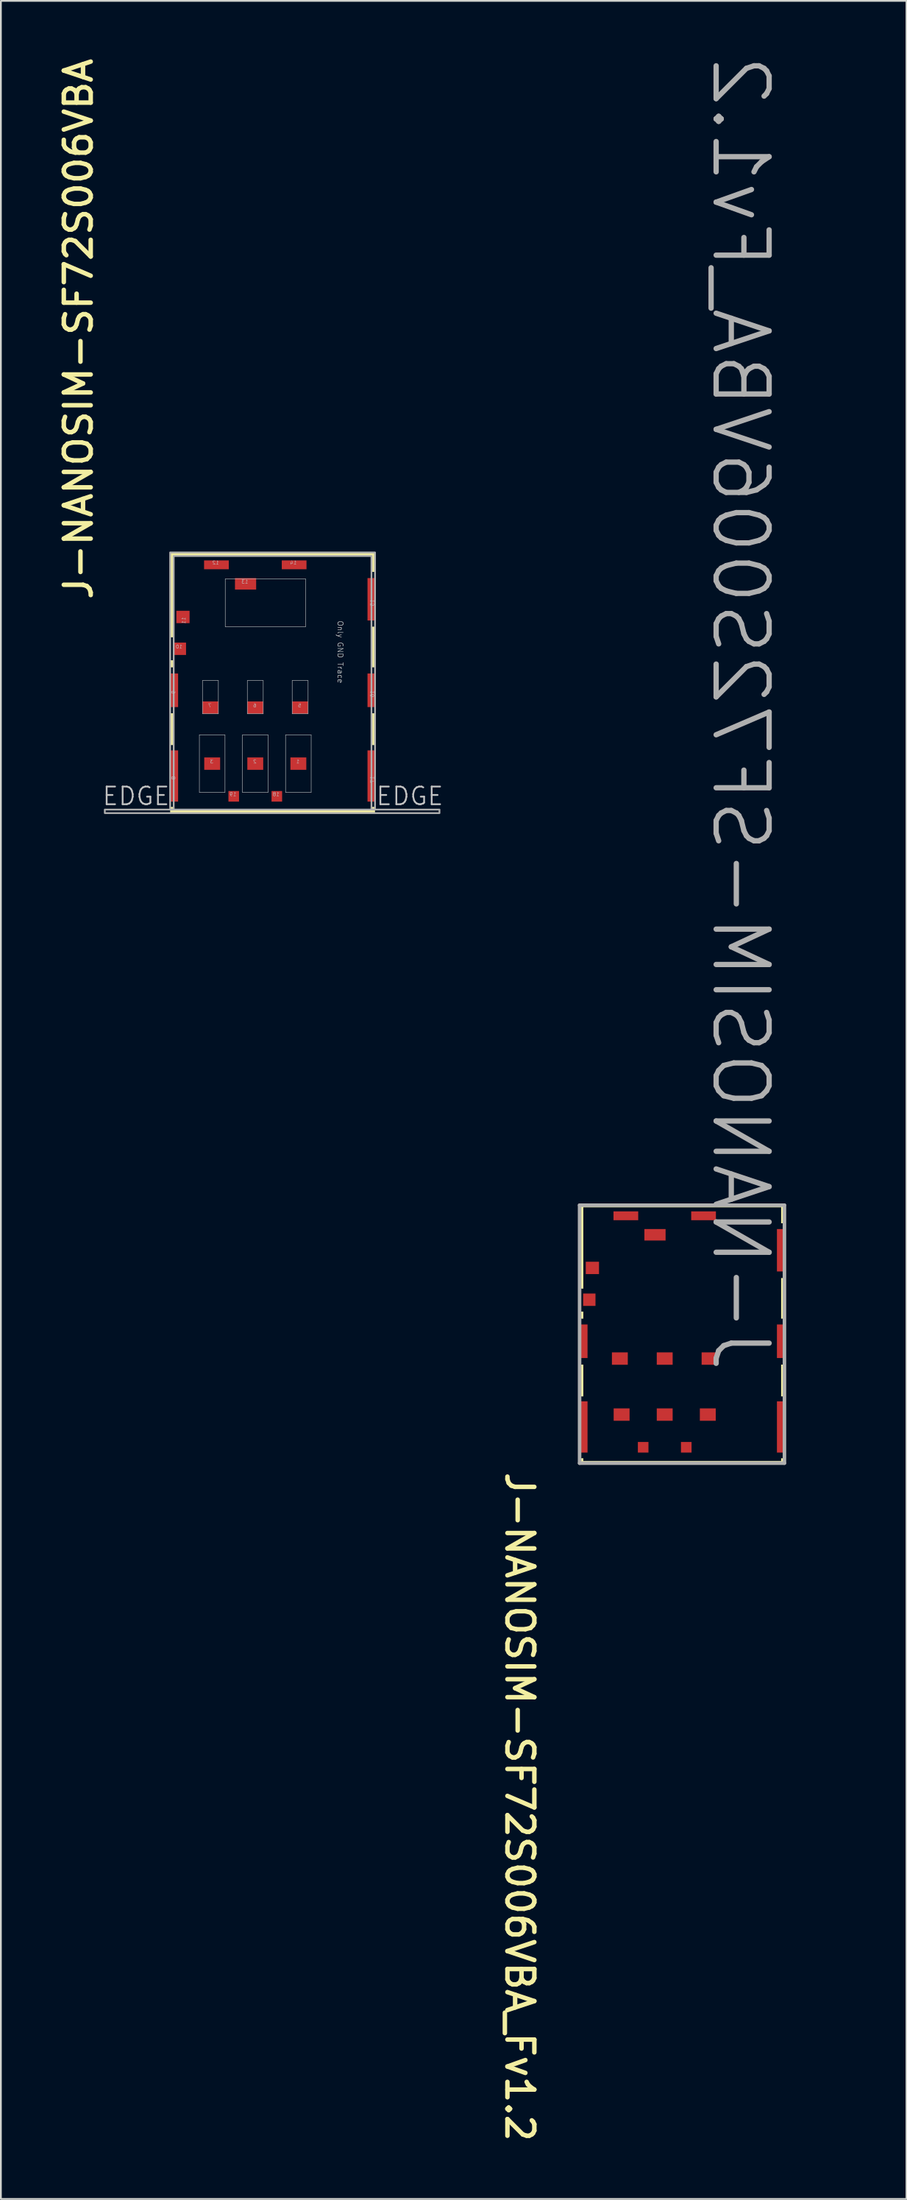
<source format=kicad_pcb>
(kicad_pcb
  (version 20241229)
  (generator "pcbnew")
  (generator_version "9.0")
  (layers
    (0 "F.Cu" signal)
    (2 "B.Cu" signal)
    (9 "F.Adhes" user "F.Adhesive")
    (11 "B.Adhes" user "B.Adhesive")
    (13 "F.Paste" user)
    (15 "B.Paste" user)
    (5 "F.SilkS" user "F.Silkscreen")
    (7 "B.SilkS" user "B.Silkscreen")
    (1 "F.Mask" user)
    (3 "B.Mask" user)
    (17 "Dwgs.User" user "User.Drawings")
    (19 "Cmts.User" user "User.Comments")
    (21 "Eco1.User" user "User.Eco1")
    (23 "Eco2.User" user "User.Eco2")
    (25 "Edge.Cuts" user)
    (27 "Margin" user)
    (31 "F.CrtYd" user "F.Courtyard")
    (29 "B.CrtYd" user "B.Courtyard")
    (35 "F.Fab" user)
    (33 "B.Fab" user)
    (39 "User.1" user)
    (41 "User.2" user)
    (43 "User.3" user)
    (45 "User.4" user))
  (footprint "J-NANOSIM-SF72S006VBA"
    (layer "F.Cu")
    (at 12.385 36.115)
    (property "Reference" "J-NANOSIM-SF72S006VBA" (at -10.099 -5.106 90) (unlocked yes) (layer "F.SilkS") (effects (font (size 1.524 1.524) (thickness 0.254)) (justify left bottom)))
    (fp_poly (pts (xy -5.8 -1.8) (xy -5.8 -1.4) (xy -5.6 -1.4) (xy -5.6 -1.8)) (stroke (width 0) (type default)) (fill yes) (layer "F.SilkS"))
    (fp_poly (pts (xy -5.8 3) (xy -5.8 1.2) (xy -5.6 1.2) (xy -5.6 3)) (stroke (width 0) (type default)) (fill yes) (layer "F.SilkS"))
    (fp_poly (pts (xy 5.6 -1.4) (xy 5.6 -3.7) (xy 5.8 -3.7) (xy 5.8 -1.4)) (stroke (width 0) (type default)) (fill yes) (layer "F.SilkS"))
    (fp_poly (pts (xy 5.6 3) (xy 5.6 1.2) (xy 5.8 1.2) (xy 5.8 3)) (stroke (width 0) (type default)) (fill yes) (layer "F.SilkS"))
    (fp_poly (pts (xy -5.8 -3.1) (xy -5.8 -7.9) (xy 5.8 -7.9) (xy 5.8 -6.8) (xy 5.6 -6.8) (xy 5.6 -7.7) (xy -5.6 -7.7) (xy -5.6 -3.1)) (stroke (width 0) (type default)) (fill yes) (layer "F.SilkS"))
    (fp_poly (pts (xy -5.8 6.85) (xy -5.8 6.5) (xy -5.6 6.5) (xy -5.6 6.65) (xy 5.6 6.65) (xy 5.6 6.5) (xy 5.8 6.5) (xy 5.8 6.85)) (stroke (width 0) (type default)) (fill yes) (layer "F.SilkS"))
    (fp_line (start -4.145 2.425) (end -4.145 5.675) (stroke (width 0.025) (type solid)) (layer "Dwgs.User"))
    (fp_line (start -3.97 -0.65) (end -3.97 1.23) (stroke (width 0.025) (type solid)) (layer "Dwgs.User"))
    (fp_line (start -3.07 -0.65) (end -3.97 -0.65) (stroke (width 0.025) (type solid)) (layer "Dwgs.User"))
    (fp_line (start -3.07 -0.65) (end -3.07 1.23) (stroke (width 0.025) (type solid)) (layer "Dwgs.User"))
    (fp_line (start -3.07 1.23) (end -3.97 1.23) (stroke (width 0.025) (type solid)) (layer "Dwgs.User"))
    (fp_line (start -2.695 2.425) (end -4.145 2.425) (stroke (width 0.025) (type solid)) (layer "Dwgs.User"))
    (fp_line (start -2.695 2.425) (end -2.695 5.675) (stroke (width 0.025) (type solid)) (layer "Dwgs.User"))
    (fp_line (start -2.695 5.675) (end -4.145 5.675) (stroke (width 0.025) (type solid)) (layer "Dwgs.User"))
    (fp_line (start -2.68 -6.4) (end -2.68 -3.7) (stroke (width 0.025) (type solid)) (layer "Dwgs.User"))
    (fp_line (start -1.705 2.425) (end -1.705 5.675) (stroke (width 0.025) (type solid)) (layer "Dwgs.User"))
    (fp_line (start -1.43 -0.65) (end -1.43 1.23) (stroke (width 0.025) (type solid)) (layer "Dwgs.User"))
    (fp_line (start -0.53 -0.65) (end -1.43 -0.65) (stroke (width 0.025) (type solid)) (layer "Dwgs.User"))
    (fp_line (start -0.53 -0.65) (end -0.53 1.23) (stroke (width 0.025) (type solid)) (layer "Dwgs.User"))
    (fp_line (start -0.53 1.23) (end -1.43 1.23) (stroke (width 0.025) (type solid)) (layer "Dwgs.User"))
    (fp_line (start -0.255 2.425) (end -1.705 2.425) (stroke (width 0.025) (type solid)) (layer "Dwgs.User"))
    (fp_line (start -0.255 2.425) (end -0.255 5.675) (stroke (width 0.025) (type solid)) (layer "Dwgs.User"))
    (fp_line (start -0.255 5.675) (end -1.705 5.675) (stroke (width 0.025) (type solid)) (layer "Dwgs.User"))
    (fp_line (start 0.735 2.425) (end 0.735 5.675) (stroke (width 0.025) (type solid)) (layer "Dwgs.User"))
    (fp_line (start 1.11 -0.65) (end 1.11 1.23) (stroke (width 0.025) (type solid)) (layer "Dwgs.User"))
    (fp_line (start 1.87 -6.4) (end -2.68 -6.4) (stroke (width 0.025) (type solid)) (layer "Dwgs.User"))
    (fp_line (start 1.87 -6.4) (end 1.87 -3.7) (stroke (width 0.025) (type solid)) (layer "Dwgs.User"))
    (fp_line (start 1.87 -3.7) (end -2.68 -3.7) (stroke (width 0.025) (type solid)) (layer "Dwgs.User"))
    (fp_line (start 2.01 -0.65) (end 1.11 -0.65) (stroke (width 0.025) (type solid)) (layer "Dwgs.User"))
    (fp_line (start 2.01 -0.65) (end 2.01 1.23) (stroke (width 0.025) (type solid)) (layer "Dwgs.User"))
    (fp_line (start 2.01 1.23) (end 1.11 1.23) (stroke (width 0.025) (type solid)) (layer "Dwgs.User"))
    (fp_line (start 2.185 2.425) (end 0.735 2.425) (stroke (width 0.025) (type solid)) (layer "Dwgs.User"))
    (fp_line (start 2.185 2.425) (end 2.185 5.675) (stroke (width 0.025) (type solid)) (layer "Dwgs.User"))
    (fp_line (start 2.185 5.675) (end 0.735 5.675) (stroke (width 0.025) (type solid)) (layer "Dwgs.User"))
    (fp_poly (pts (xy -9.5 6.65) (xy 9.45 6.65) (xy 9.45 6.85) (xy -9.5 6.85)) (stroke (width 0.1) (type solid)) (fill no) (layer "F.Fab"))
    (fp_poly (pts (xy -5.8 -7.9) (xy -5.8 6.65) (xy -5.6 6.65) (xy -5.6 -7.7) (xy 5.6 -7.7) (xy 5.6 6.65) (xy 5.8 6.65) (xy 5.8 -7.9)) (stroke (width 0.1) (type solid)) (fill no) (layer "F.Fab"))
    (fp_poly (pts (xy 5.8 -7.9) (xy 5.8 7.9) (xy -5.8 7.9) (xy -5.8 -7.9)) (stroke (width 0.1) (type default)) (fill no) (layer "User.8"))
    (fp_text user "6" (at -0.9 0.88 0) (unlocked yes) (layer "Dwgs.User") (effects (font (size 0.2 0.2) (thickness 0.02)) (justify left bottom mirror)))
    (fp_text user "12" (at -3.02 -7.2 0) (unlocked yes) (layer "Dwgs.User") (effects (font (size 0.2 0.2) (thickness 0.02)) (justify left bottom mirror)))
    (fp_text user "8" (at -5.495 4.75 90) (unlocked yes) (layer "Dwgs.User") (effects (font (size 0.2 0.2) (thickness 0.02)) (justify left bottom mirror)))
    (fp_text user "3" (at -3.34 4.05 0) (unlocked yes) (layer "Dwgs.User") (effects (font (size 0.2 0.2) (thickness 0.02)) (justify left bottom mirror)))
    (fp_text user "7" (at -3.44 0.88 0) (unlocked yes) (layer "Dwgs.User") (effects (font (size 0.2 0.2) (thickness 0.02)) (justify left bottom mirror)))
    (fp_text user "15" (at 5.76 -5.25 90) (unlocked yes) (layer "Dwgs.User") (effects (font (size 0.2 0.2) (thickness 0.02)) (justify left bottom mirror)))
    (fp_text user "14" (at 1.38 -7.2 0) (unlocked yes) (layer "Dwgs.User") (effects (font (size 0.2 0.2) (thickness 0.02)) (justify left bottom mirror)))
    (fp_text user "16" (at 5.76 -0.1 90) (unlocked yes) (layer "Dwgs.User") (effects (font (size 0.2 0.2) (thickness 0.02)) (justify left bottom mirror)))
    (fp_text user "11" (at -4.915 -4.25 90) (unlocked yes) (layer "Dwgs.User") (effects (font (size 0.2 0.2) (thickness 0.02)) (justify left bottom mirror)))
    (fp_text user "9" (at -5.495 -0.1 90) (unlocked yes) (layer "Dwgs.User") (effects (font (size 0.2 0.2) (thickness 0.02)) (justify left bottom mirror)))
    (fp_text user "5" (at 1.64 0.88 0) (unlocked yes) (layer "Dwgs.User") (effects (font (size 0.2 0.2) (thickness 0.02)) (justify left bottom mirror)))
    (fp_text user "13" (at -1.37 -6.125 0) (unlocked yes) (layer "Dwgs.User") (effects (font (size 0.2 0.2) (thickness 0.02)) (justify left bottom mirror)))
    (fp_text user "1" (at 1.54 4.05 0) (unlocked yes) (layer "Dwgs.User") (effects (font (size 0.2 0.2) (thickness 0.02)) (justify left bottom mirror)))
    (fp_text user "17" (at 5.76 4.75 90) (unlocked yes) (layer "Dwgs.User") (effects (font (size 0.2 0.2) (thickness 0.02)) (justify left bottom mirror)))
    (fp_text user "EDGE" (at -9.7 6.475 0) (unlocked yes) (layer "Dwgs.User") (effects (font (size 1 1) (thickness 0.1)) (justify left bottom)))
    (fp_text user "19" (at -2.04 5.9 0) (unlocked yes) (layer "Dwgs.User") (effects (font (size 0.2 0.2) (thickness 0.02)) (justify left bottom mirror)))
    (fp_text user "10" (at -5.09 -2.45 0) (unlocked yes) (layer "Dwgs.User") (effects (font (size 0.2 0.2) (thickness 0.02)) (justify left bottom mirror)))
    (fp_text user "EDGE" (at 5.8 6.475 0) (unlocked yes) (layer "Dwgs.User") (effects (font (size 1 1) (thickness 0.1)) (justify left bottom)))
    (fp_text user "18" (at 0.4 5.9 0) (unlocked yes) (layer "Dwgs.User") (effects (font (size 0.2 0.2) (thickness 0.02)) (justify left bottom mirror)))
    (fp_text user "2" (at -0.9 4.05 0) (unlocked yes) (layer "Dwgs.User") (effects (font (size 0.2 0.2) (thickness 0.02)) (justify left bottom mirror)))
    (fp_text user "Only GND Trace" (at 3.657 -4.057 270) (unlocked yes) (layer "Dwgs.User") (effects (font (size 0.3 0.3) (thickness 0.03)) (justify left bottom)))
    (pad "C1" smd rect (at 1.46 4.05 180) (size 0.9 0.7) (layers "F.Cu" "F.Mask" "F.Paste"))
    (pad "C2" smd rect (at -0.98 4.05 180) (size 0.9 0.7) (layers "F.Cu" "F.Mask" "F.Paste"))
    (pad "C3" smd rect (at -3.42 4.05 180) (size 0.9 0.7) (layers "F.Cu" "F.Mask" "F.Paste"))
    (pad "C5" smd rect (at 1.56 0.88 180) (size 0.9 0.7) (layers "F.Cu" "F.Mask" "F.Paste"))
    (pad "C6" smd rect (at -0.98 0.88 180) (size 0.9 0.7) (layers "F.Cu" "F.Mask" "F.Paste"))
    (pad "C7" smd rect (at -3.52 0.88 180) (size 0.9 0.7) (layers "F.Cu" "F.Mask" "F.Paste"))
    (pad "CSW" smd rect (at -5.25 -2.45 180) (size 0.7 0.7) (layers "F.Cu" "F.Mask" "F.Paste"))
    (pad "DSW" smd rect (at -1.53 -6.125 180) (size 1.2 0.65) (layers "F.Cu" "F.Mask" "F.Paste"))
    (pad "SH" smd rect (at -5.575 -0.1 180) (size 0.45 1.9) (layers "F.Cu" "F.Mask" "F.Paste"))
    (pad "SH" smd rect (at -5.575 4.75 180) (size 0.45 2.9) (layers "F.Cu" "F.Mask" "F.Paste"))
    (pad "SH" smd rect (at -5.075 -4.25 180) (size 0.75 0.7) (layers "F.Cu" "F.Mask" "F.Paste"))
    (pad "SH" smd rect (at -3.18 -7.2 180) (size 1.4 0.5) (layers "F.Cu" "F.Mask" "F.Paste"))
    (pad "SH" smd rect (at -2.2 5.9 180) (size 0.6 0.6) (layers "F.Cu" "F.Mask" "F.Paste"))
    (pad "SH" smd rect (at 0.24 5.9 180) (size 0.6 0.6) (layers "F.Cu" "F.Mask" "F.Paste"))
    (pad "SH" smd rect (at 1.22 -7.2 180) (size 1.4 0.5) (layers "F.Cu" "F.Mask" "F.Paste"))
    (pad "SH" smd rect (at 5.6 -5.25 180) (size 0.45 2.4) (layers "F.Cu" "F.Mask" "F.Paste"))
    (pad "SH" smd rect (at 5.6 -0.1 180) (size 0.45 1.9) (layers "F.Cu" "F.Mask" "F.Paste"))
    (pad "SH" smd rect (at 5.6 4.75 180) (size 0.45 2.9) (layers "F.Cu" "F.Mask" "F.Paste"))
    (zone (net_name "") (layer "Eco1.User") (hatch edge 0.5) (connect_pads) (min_thickness 0.25) (filled_areas_thickness no) (keepout (tracks not_allowed) (vias not_allowed) (pads not_allowed) (copperpour not_allowed) (footprints allowed)) (placement (enabled no)) (fill) (polygon (pts (xy 17.985 42.765) (xy 6.785 42.765) (xy 6.785 28.415) (xy 17.985 28.415)))))
  (footprint "J-NANOSIM-SF72S006VBA_Fv1.2"
    (layer "F.Cu")
    (at 35.569 72.954)
    (property "Reference" "J-NANOSIM-SF72S006VBA_Fv1.2" (at -10.086 7.175 270) (unlocked yes) (layer "F.SilkS") (effects (font (size 1.524 1.524) (thickness 0.254)) (justify left bottom)))
    (fp_poly (pts (xy -5.788 -1.778) (xy -5.788 -1.378) (xy -5.588 -1.378) (xy -5.588 -1.778)) (stroke (width 0) (type default)) (fill yes) (layer "F.SilkS"))
    (fp_poly (pts (xy -5.788 3.022) (xy -5.788 1.222) (xy -5.588 1.222) (xy -5.588 3.022)) (stroke (width 0) (type default)) (fill yes) (layer "F.SilkS"))
    (fp_poly (pts (xy 5.612 -1.378) (xy 5.612 -3.678) (xy 5.812 -3.678) (xy 5.812 -1.378)) (stroke (width 0) (type default)) (fill yes) (layer "F.SilkS"))
    (fp_poly (pts (xy 5.612 3.022) (xy 5.612 1.222) (xy 5.812 1.222) (xy 5.812 3.022)) (stroke (width 0) (type default)) (fill yes) (layer "F.SilkS"))
    (fp_poly (pts (xy -5.788 -3.078) (xy -5.788 -7.878) (xy 5.812 -7.878) (xy 5.812 -6.778) (xy 5.612 -6.778) (xy 5.612 -7.678) (xy -5.588 -7.678) (xy -5.588 -3.078)) (stroke (width 0) (type default)) (fill yes) (layer "F.SilkS"))
    (fp_poly (pts (xy -5.788 6.872) (xy -5.788 6.522) (xy -5.588 6.522) (xy -5.588 6.672) (xy 5.612 6.672) (xy 5.612 6.522) (xy 5.812 6.522) (xy 5.812 6.872)) (stroke (width 0) (type default)) (fill yes) (layer "F.SilkS"))
    (fp_line (start -5.8 -7.8) (end -5.8 6.8) (stroke (width 0.2) (type solid)) (layer "F.Fab"))
    (fp_line (start 5.8 -7.8) (end -5.8 -7.8) (stroke (width 0.2) (type solid)) (layer "F.Fab"))
    (fp_line (start 5.8 -7.8) (end 5.8 6.8) (stroke (width 0.2) (type solid)) (layer "F.Fab"))
    (fp_line (start 5.8 6.8) (end -5.8 6.8) (stroke (width 0.2) (type solid)) (layer "F.Fab"))
    (fp_line (start -4.145 2.425) (end -4.145 5.675) (stroke (width 0.025) (type solid)) (layer "User.2"))
    (fp_line (start -3.97 -0.65) (end -3.97 1.23) (stroke (width 0.025) (type solid)) (layer "User.2"))
    (fp_line (start -3.07 -0.65) (end -3.97 -0.65) (stroke (width 0.025) (type solid)) (layer "User.2"))
    (fp_line (start -3.07 -0.65) (end -3.07 1.23) (stroke (width 0.025) (type solid)) (layer "User.2"))
    (fp_line (start -3.07 1.23) (end -3.97 1.23) (stroke (width 0.025) (type solid)) (layer "User.2"))
    (fp_line (start -2.695 2.425) (end -4.145 2.425) (stroke (width 0.025) (type solid)) (layer "User.2"))
    (fp_line (start -2.695 2.425) (end -2.695 5.675) (stroke (width 0.025) (type solid)) (layer "User.2"))
    (fp_line (start -2.695 5.675) (end -4.145 5.675) (stroke (width 0.025) (type solid)) (layer "User.2"))
    (fp_line (start -2.68 -6.4) (end -2.68 -3.7) (stroke (width 0.025) (type solid)) (layer "User.2"))
    (fp_line (start -1.705 2.425) (end -1.705 5.675) (stroke (width 0.025) (type solid)) (layer "User.2"))
    (fp_line (start -1.43 -0.65) (end -1.43 1.23) (stroke (width 0.025) (type solid)) (layer "User.2"))
    (fp_line (start -0.53 -0.65) (end -1.43 -0.65) (stroke (width 0.025) (type solid)) (layer "User.2"))
    (fp_line (start -0.53 -0.65) (end -0.53 1.23) (stroke (width 0.025) (type solid)) (layer "User.2"))
    (fp_line (start -0.53 1.23) (end -1.43 1.23) (stroke (width 0.025) (type solid)) (layer "User.2"))
    (fp_line (start -0.255 2.425) (end -1.705 2.425) (stroke (width 0.025) (type solid)) (layer "User.2"))
    (fp_line (start -0.255 2.425) (end -0.255 5.675) (stroke (width 0.025) (type solid)) (layer "User.2"))
    (fp_line (start -0.255 5.675) (end -1.705 5.675) (stroke (width 0.025) (type solid)) (layer "User.2"))
    (fp_line (start 0.735 2.425) (end 0.735 5.675) (stroke (width 0.025) (type solid)) (layer "User.2"))
    (fp_line (start 1.11 -0.65) (end 1.11 1.23) (stroke (width 0.025) (type solid)) (layer "User.2"))
    (fp_line (start 1.87 -6.4) (end -2.68 -6.4) (stroke (width 0.025) (type solid)) (layer "User.2"))
    (fp_line (start 1.87 -6.4) (end 1.87 -3.7) (stroke (width 0.025) (type solid)) (layer "User.2"))
    (fp_line (start 1.87 -3.7) (end -2.68 -3.7) (stroke (width 0.025) (type solid)) (layer "User.2"))
    (fp_line (start 2.01 -0.65) (end 1.11 -0.65) (stroke (width 0.025) (type solid)) (layer "User.2"))
    (fp_line (start 2.01 -0.65) (end 2.01 1.23) (stroke (width 0.025) (type solid)) (layer "User.2"))
    (fp_line (start 2.01 1.23) (end 1.11 1.23) (stroke (width 0.025) (type solid)) (layer "User.2"))
    (fp_line (start 2.185 2.425) (end 0.735 2.425) (stroke (width 0.025) (type solid)) (layer "User.2"))
    (fp_line (start 2.185 2.425) (end 2.185 5.675) (stroke (width 0.025) (type solid)) (layer "User.2"))
    (fp_line (start 2.185 5.675) (end 0.735 5.675) (stroke (width 0.025) (type solid)) (layer "User.2"))
    (fp_text user "${REFERENCE}" (at 1.55 1.775 270) (unlocked yes) (layer "F.Fab") (effects (font (size 3 3) (thickness 0.3)) (justify left bottom mirror)))
    (fp_text user "EDGE" (at -9.23 6.475 180) (unlocked yes) (layer "User.2") (effects (font (size 1 1) (thickness 0.1)) (justify left bottom mirror)))
    (fp_text user "Only GND Trace" (at 3.657 -4.057 90) (unlocked yes) (layer "User.2") (effects (font (size 0.3 0.3) (thickness 0.03)) (justify left bottom mirror)))
    (fp_text user "EDGE" (at 5.8 6.475 180) (unlocked yes) (layer "User.2") (effects (font (size 1 1) (thickness 0.1)) (justify left bottom mirror)))
    (pad "C1" smd rect (at 1.46 4.05) (size 0.9 0.7) (layers "F.Cu" "F.Mask" "F.Paste"))
    (pad "C2" smd rect (at -0.98 4.05) (size 0.9 0.7) (layers "F.Cu" "F.Mask" "F.Paste"))
    (pad "C3" smd rect (at -3.42 4.05) (size 0.9 0.7) (layers "F.Cu" "F.Mask" "F.Paste"))
    (pad "C5" smd rect (at 1.56 0.88) (size 0.9 0.7) (layers "F.Cu" "F.Mask" "F.Paste"))
    (pad "C6" smd rect (at -0.98 0.88) (size 0.9 0.7) (layers "F.Cu" "F.Mask" "F.Paste"))
    (pad "C7" smd rect (at -3.52 0.88) (size 0.9 0.7) (layers "F.Cu" "F.Mask" "F.Paste"))
    (pad "CSW" smd rect (at -5.25 -2.45) (size 0.7 0.7) (layers "F.Cu" "F.Mask" "F.Paste"))
    (pad "DSW" smd rect (at -1.53 -6.125) (size 1.2 0.65) (layers "F.Cu" "F.Mask" "F.Paste"))
    (pad "SH" smd rect (at -5.575 -0.1) (size 0.45 1.9) (layers "F.Cu" "F.Mask" "F.Paste"))
    (pad "SH" smd rect (at -5.575 4.75) (size 0.45 2.9) (layers "F.Cu" "F.Mask" "F.Paste"))
    (pad "SH" smd rect (at -5.075 -4.25) (size 0.75 0.7) (layers "F.Cu" "F.Mask" "F.Paste"))
    (pad "SH" smd rect (at -3.18 -7.2) (size 1.4 0.5) (layers "F.Cu" "F.Mask" "F.Paste"))
    (pad "SH" smd rect (at -2.2 5.9) (size 0.6 0.6) (layers "F.Cu" "F.Mask" "F.Paste"))
    (pad "SH" smd rect (at 0.24 5.9) (size 0.6 0.6) (layers "F.Cu" "F.Mask" "F.Paste"))
    (pad "SH" smd rect (at 1.22 -7.2) (size 1.4 0.5) (layers "F.Cu" "F.Mask" "F.Paste"))
    (pad "SH" smd rect (at 5.6 -5.25) (size 0.45 2.4) (layers "F.Cu" "F.Mask" "F.Paste"))
    (pad "SH" smd rect (at 5.6 -0.1) (size 0.45 1.9) (layers "F.Cu" "F.Mask" "F.Paste"))
    (pad "SH" smd rect (at 5.6 4.75) (size 0.45 2.9) (layers "F.Cu" "F.Mask" "F.Paste"))
    (zone (net_name "") (layer "F.Cu") (hatch edge 0.5) (connect_pads) (min_thickness 0.25) (filled_areas_thickness no) (keepout (tracks allowed) (vias allowed) (pads allowed) (copperpour not_allowed) (footprints allowed)) (placement (enabled no)) (fill) (polygon (pts (xy 29.982 65.273) (xy 41.182 65.273) (xy 41.182 79.623) (xy 29.982 79.623)))))
  (gr_rect
    (start -3 -3)
    (end 48.279 121.395)
    (stroke (width 0.1) (type default))
    (fill no)
    (layer "Edge.Cuts")))
</source>
